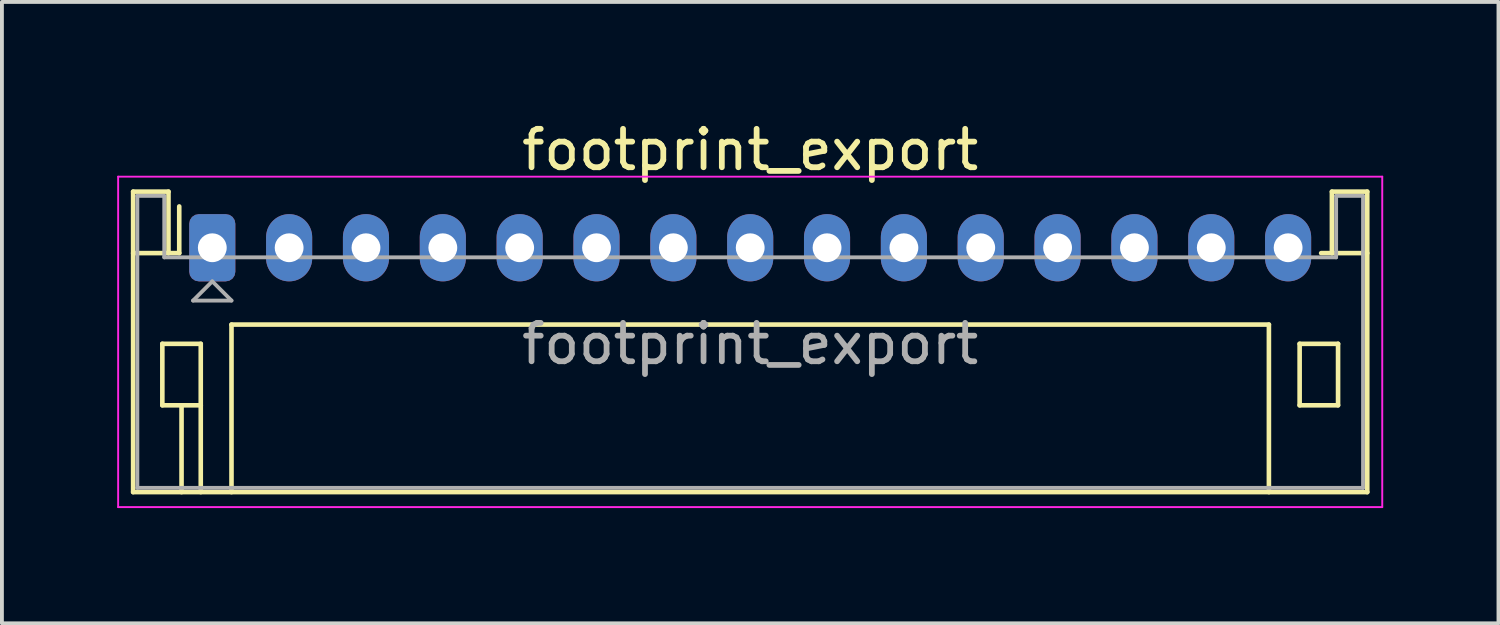
<source format=kicad_pcb>
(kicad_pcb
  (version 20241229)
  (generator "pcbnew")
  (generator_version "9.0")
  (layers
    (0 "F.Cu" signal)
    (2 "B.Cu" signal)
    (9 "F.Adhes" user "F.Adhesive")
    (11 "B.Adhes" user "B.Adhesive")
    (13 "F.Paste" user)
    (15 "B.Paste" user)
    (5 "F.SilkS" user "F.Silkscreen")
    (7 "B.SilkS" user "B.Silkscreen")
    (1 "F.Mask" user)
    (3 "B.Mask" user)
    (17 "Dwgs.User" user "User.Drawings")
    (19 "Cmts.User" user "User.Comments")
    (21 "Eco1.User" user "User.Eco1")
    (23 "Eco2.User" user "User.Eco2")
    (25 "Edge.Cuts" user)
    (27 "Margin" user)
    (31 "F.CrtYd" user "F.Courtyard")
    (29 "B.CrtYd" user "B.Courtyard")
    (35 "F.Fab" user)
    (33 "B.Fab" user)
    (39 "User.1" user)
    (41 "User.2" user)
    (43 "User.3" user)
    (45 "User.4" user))
  (footprint "footprint_export"
    (layer "F.Cu")
    (at 2.475 3.398)
    (property "Reference" "footprint_export" (at 14 -2.55 0) (layer "F.SilkS") (effects (font (size 1 1) (thickness 0.15))))
    (attr through_hole)
    (fp_line (start -2.06 -1.46) (end -2.06 6.36) (stroke (width 0.12) (type solid)) (layer "F.SilkS"))
    (fp_line (start -2.06 0.14) (end -1.14 0.14) (stroke (width 0.12) (type solid)) (layer "F.SilkS"))
    (fp_line (start -2.06 6.36) (end 30.06 6.36) (stroke (width 0.12) (type solid)) (layer "F.SilkS"))
    (fp_line (start -1.3 2.5) (end -1.3 4.1) (stroke (width 0.12) (type solid)) (layer "F.SilkS"))
    (fp_line (start -1.3 4.1) (end -0.3 4.1) (stroke (width 0.12) (type solid)) (layer "F.SilkS"))
    (fp_line (start -1.14 -1.46) (end -2.06 -1.46) (stroke (width 0.12) (type solid)) (layer "F.SilkS"))
    (fp_line (start -1.14 0.14) (end -1.14 -1.46) (stroke (width 0.12) (type solid)) (layer "F.SilkS"))
    (fp_line (start -0.86 0.14) (end -1.14 0.14) (stroke (width 0.12) (type solid)) (layer "F.SilkS"))
    (fp_line (start -0.86 0.14) (end -0.86 -1.075) (stroke (width 0.12) (type solid)) (layer "F.SilkS"))
    (fp_line (start -0.8 4.1) (end -0.8 6.36) (stroke (width 0.12) (type solid)) (layer "F.SilkS"))
    (fp_line (start -0.3 2.5) (end -1.3 2.5) (stroke (width 0.12) (type solid)) (layer "F.SilkS"))
    (fp_line (start -0.3 4.1) (end -0.3 2.5) (stroke (width 0.12) (type solid)) (layer "F.SilkS"))
    (fp_line (start -0.3 4.1) (end -0.3 6.36) (stroke (width 0.12) (type solid)) (layer "F.SilkS"))
    (fp_line (start 0.5 2) (end 27.5 2) (stroke (width 0.12) (type solid)) (layer "F.SilkS"))
    (fp_line (start 0.5 6.36) (end 0.5 2) (stroke (width 0.12) (type solid)) (layer "F.SilkS"))
    (fp_line (start 27.5 2) (end 27.5 6.36) (stroke (width 0.12) (type solid)) (layer "F.SilkS"))
    (fp_line (start 28.3 2.5) (end 29.3 2.5) (stroke (width 0.12) (type solid)) (layer "F.SilkS"))
    (fp_line (start 28.3 4.1) (end 28.3 2.5) (stroke (width 0.12) (type solid)) (layer "F.SilkS"))
    (fp_line (start 29.14 -1.46) (end 29.14 0.14) (stroke (width 0.12) (type solid)) (layer "F.SilkS"))
    (fp_line (start 29.14 0.14) (end 28.86 0.14) (stroke (width 0.12) (type solid)) (layer "F.SilkS"))
    (fp_line (start 29.3 2.5) (end 29.3 4.1) (stroke (width 0.12) (type solid)) (layer "F.SilkS"))
    (fp_line (start 29.3 4.1) (end 28.3 4.1) (stroke (width 0.12) (type solid)) (layer "F.SilkS"))
    (fp_line (start 30.06 -1.46) (end 29.14 -1.46) (stroke (width 0.12) (type solid)) (layer "F.SilkS"))
    (fp_line (start 30.06 0.14) (end 29.14 0.14) (stroke (width 0.12) (type solid)) (layer "F.SilkS"))
    (fp_line (start 30.06 6.36) (end 30.06 -1.46) (stroke (width 0.12) (type solid)) (layer "F.SilkS"))
    (fp_line (start -2.45 -1.85) (end -2.45 6.75) (stroke (width 0.05) (type solid)) (layer "F.CrtYd"))
    (fp_line (start -2.45 6.75) (end 30.45 6.75) (stroke (width 0.05) (type solid)) (layer "F.CrtYd"))
    (fp_line (start 30.45 -1.85) (end -2.45 -1.85) (stroke (width 0.05) (type solid)) (layer "F.CrtYd"))
    (fp_line (start 30.45 6.75) (end 30.45 -1.85) (stroke (width 0.05) (type solid)) (layer "F.CrtYd"))
    (fp_line (start -1.95 -1.35) (end -1.95 6.25) (stroke (width 0.1) (type solid)) (layer "F.Fab"))
    (fp_line (start -1.95 6.25) (end 29.95 6.25) (stroke (width 0.1) (type solid)) (layer "F.Fab"))
    (fp_line (start -1.25 -1.35) (end -1.95 -1.35) (stroke (width 0.1) (type solid)) (layer "F.Fab"))
    (fp_line (start -1.25 0.25) (end -1.25 -1.35) (stroke (width 0.1) (type solid)) (layer "F.Fab"))
    (fp_line (start -0.5 1.375) (end 0.5 1.375) (stroke (width 0.1) (type solid)) (layer "F.Fab"))
    (fp_line (start 0 0.875) (end -0.5 1.375) (stroke (width 0.1) (type solid)) (layer "F.Fab"))
    (fp_line (start 0.5 1.375) (end 0 0.875) (stroke (width 0.1) (type solid)) (layer "F.Fab"))
    (fp_line (start 29.25 -1.35) (end 29.25 0.25) (stroke (width 0.1) (type solid)) (layer "F.Fab"))
    (fp_line (start 29.25 0.25) (end -1.25 0.25) (stroke (width 0.1) (type solid)) (layer "F.Fab"))
    (fp_line (start 29.95 -1.35) (end 29.25 -1.35) (stroke (width 0.1) (type solid)) (layer "F.Fab"))
    (fp_line (start 29.95 6.25) (end 29.95 -1.35) (stroke (width 0.1) (type solid)) (layer "F.Fab"))
    (fp_text user "${REFERENCE}" (at 14 2.5 0) (layer "F.Fab") (effects (font (size 1 1) (thickness 0.15))))
    (pad "1" thru_hole roundrect (at 0 0) (size 1.2 1.75) (drill 0.75) (layers "*.Cu" "*.Mask") (roundrect_rratio 0.208))
    (pad "2" thru_hole oval (at 2 0) (size 1.2 1.75) (drill 0.75) (layers "*.Cu" "*.Mask"))
    (pad "3" thru_hole oval (at 4 0) (size 1.2 1.75) (drill 0.75) (layers "*.Cu" "*.Mask"))
    (pad "4" thru_hole oval (at 6 0) (size 1.2 1.75) (drill 0.75) (layers "*.Cu" "*.Mask"))
    (pad "5" thru_hole oval (at 8 0) (size 1.2 1.75) (drill 0.75) (layers "*.Cu" "*.Mask"))
    (pad "6" thru_hole oval (at 10 0) (size 1.2 1.75) (drill 0.75) (layers "*.Cu" "*.Mask"))
    (pad "7" thru_hole oval (at 12 0) (size 1.2 1.75) (drill 0.75) (layers "*.Cu" "*.Mask"))
    (pad "8" thru_hole oval (at 14 0) (size 1.2 1.75) (drill 0.75) (layers "*.Cu" "*.Mask"))
    (pad "9" thru_hole oval (at 16 0) (size 1.2 1.75) (drill 0.75) (layers "*.Cu" "*.Mask"))
    (pad "10" thru_hole oval (at 18 0) (size 1.2 1.75) (drill 0.75) (layers "*.Cu" "*.Mask"))
    (pad "11" thru_hole oval (at 20 0) (size 1.2 1.75) (drill 0.75) (layers "*.Cu" "*.Mask"))
    (pad "12" thru_hole oval (at 22 0) (size 1.2 1.75) (drill 0.75) (layers "*.Cu" "*.Mask"))
    (pad "13" thru_hole oval (at 24 0) (size 1.2 1.75) (drill 0.75) (layers "*.Cu" "*.Mask"))
    (pad "14" thru_hole oval (at 26 0) (size 1.2 1.75) (drill 0.75) (layers "*.Cu" "*.Mask"))
    (pad "15" thru_hole oval (at 28 0) (size 1.2 1.75) (drill 0.75) (layers "*.Cu" "*.Mask")))
  (gr_rect
    (start -3 -3)
    (end 35.95 13.173)
    (stroke (width 0.1) (type default))
    (fill no)
    (layer "Edge.Cuts")))
</source>
